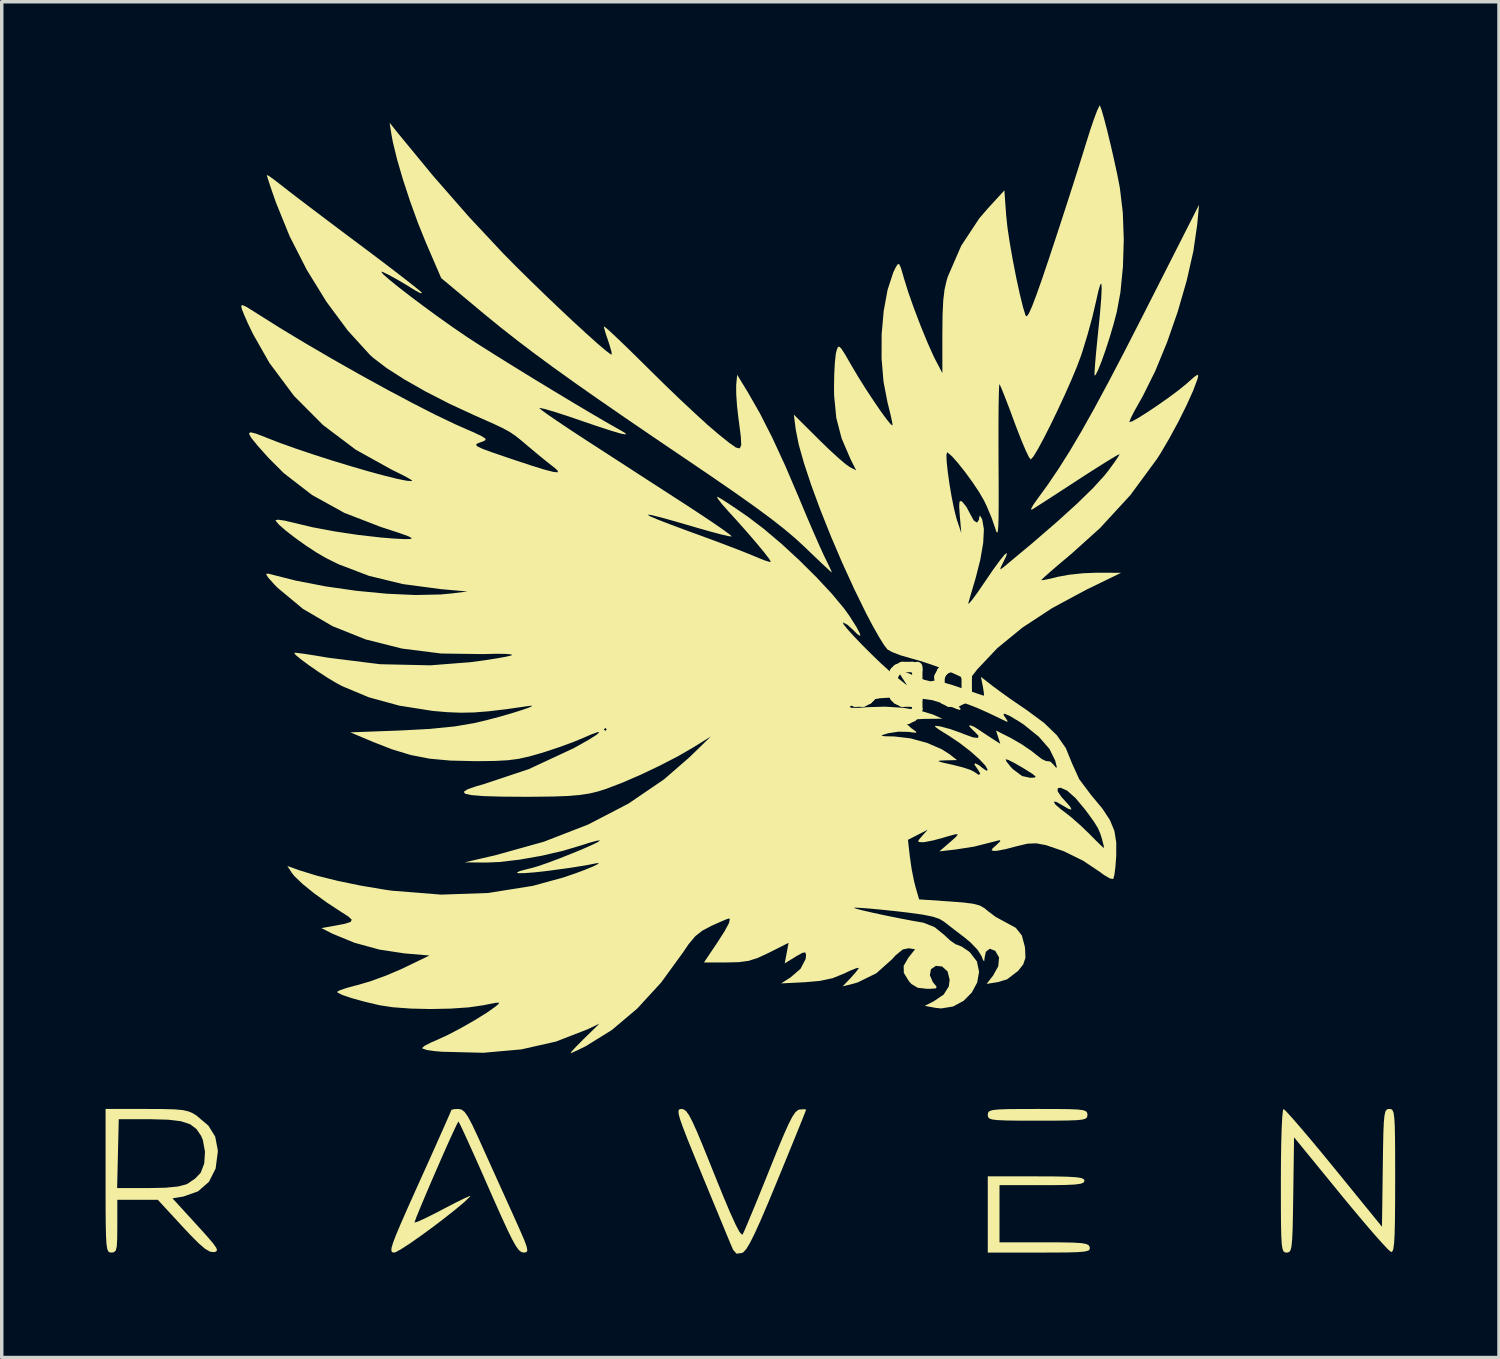
<source format=kicad_pcb>
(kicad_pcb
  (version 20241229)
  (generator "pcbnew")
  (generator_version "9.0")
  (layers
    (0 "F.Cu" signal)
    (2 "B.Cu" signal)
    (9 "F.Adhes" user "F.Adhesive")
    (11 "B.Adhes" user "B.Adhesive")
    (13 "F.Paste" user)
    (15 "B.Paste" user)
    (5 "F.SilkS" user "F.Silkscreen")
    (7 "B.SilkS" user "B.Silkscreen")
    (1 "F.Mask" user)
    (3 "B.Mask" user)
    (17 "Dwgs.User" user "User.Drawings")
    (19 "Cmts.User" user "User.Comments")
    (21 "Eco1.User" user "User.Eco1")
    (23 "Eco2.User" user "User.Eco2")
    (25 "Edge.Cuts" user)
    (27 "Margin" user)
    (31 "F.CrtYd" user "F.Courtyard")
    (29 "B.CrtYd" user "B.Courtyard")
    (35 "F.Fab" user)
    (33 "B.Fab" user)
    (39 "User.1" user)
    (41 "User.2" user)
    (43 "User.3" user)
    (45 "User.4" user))
  (footprint "Raven_Logo"
    (layer "F.Cu")
    (at 18.627 16.54)
    (property "Reference" "Raven_Logo" (at 0 0 0) (layer "F.SilkS") (effects (font (size 1.5 1.5) (thickness 0.3))))
    (attr board_only exclude_from_pos_files exclude_from_bom)
    (fp_poly (pts (xy 8.822 12.447) (xy 9.2 12.451) (xy 9.457 12.462) (xy 9.615 12.482) (xy 9.699 12.515) (xy 9.732 12.561) (xy 9.737 12.615) (xy 9.729 12.677) (xy 9.691 12.722) (xy 9.598 12.752) (xy 9.427 12.77) (xy 9.154 12.78) (xy 8.756 12.784) (xy 8.297 12.785) (xy 7.773 12.784) (xy 7.394 12.779) (xy 7.137 12.768) (xy 6.979 12.748) (xy 6.896 12.716) (xy 6.863 12.669) (xy 6.858 12.615) (xy 6.866 12.554) (xy 6.904 12.509) (xy 6.997 12.479) (xy 7.168 12.46) (xy 7.441 12.45) (xy 7.839 12.447) (xy 8.297 12.446)) (stroke (width 0) (type solid)) (fill yes) (layer "F.SilkS"))
    (fp_poly (pts (xy 8.779 14.395) (xy 9.157 14.403) (xy 9.411 14.418) (xy 9.563 14.442) (xy 9.635 14.478) (xy 9.652 14.52) (xy 9.629 14.571) (xy 9.543 14.606) (xy 9.37 14.629) (xy 9.087 14.642) (xy 8.67 14.647) (xy 8.424 14.647) (xy 7.197 14.647) (xy 7.197 15.473) (xy 7.197 16.298) (xy 8.487 16.298) (xy 8.983 16.3) (xy 9.335 16.307) (xy 9.568 16.322) (xy 9.707 16.348) (xy 9.778 16.388) (xy 9.805 16.444) (xy 9.805 16.447) (xy 9.804 16.5) (xy 9.761 16.539) (xy 9.654 16.565) (xy 9.461 16.582) (xy 9.158 16.591) (xy 8.724 16.594) (xy 8.346 16.595) (xy 6.858 16.595) (xy 6.858 15.494) (xy 6.858 14.393) (xy 8.255 14.393)) (stroke (width 0) (type solid)) (fill yes) (layer "F.SilkS"))
    (fp_poly (pts (xy -1.92 12.46) (xy -1.852 12.514) (xy -1.773 12.625) (xy -1.674 12.813) (xy -1.546 13.096) (xy -1.38 13.492) (xy -1.167 14.019) (xy -1.047 14.318) (xy -0.787 14.96) (xy -0.58 15.45) (xy -0.423 15.794) (xy -0.312 16.001) (xy -0.243 16.078) (xy -0.224 16.07) (xy -0.171 15.959) (xy -0.067 15.714) (xy 0.08 15.362) (xy 0.259 14.926) (xy 0.459 14.431) (xy 0.544 14.219) (xy 0.777 13.641) (xy 0.96 13.203) (xy 1.101 12.887) (xy 1.211 12.673) (xy 1.299 12.543) (xy 1.373 12.478) (xy 1.422 12.461) (xy 1.568 12.453) (xy 1.609 12.468) (xy 1.578 12.552) (xy 1.491 12.772) (xy 1.356 13.106) (xy 1.182 13.533) (xy 0.978 14.032) (xy 0.778 14.519) (xy 0.51 15.166) (xy 0.294 15.67) (xy 0.123 16.047) (xy -0.011 16.314) (xy -0.115 16.487) (xy -0.198 16.581) (xy -0.24 16.606) (xy -0.4 16.627) (xy -0.5 16.513) (xy -0.511 16.487) (xy -0.566 16.358) (xy -0.675 16.097) (xy -0.828 15.726) (xy -1.016 15.271) (xy -1.229 14.756) (xy -1.387 14.372) (xy -1.632 13.774) (xy -1.818 13.315) (xy -1.949 12.975) (xy -2.033 12.738) (xy -2.073 12.584) (xy -2.077 12.496) (xy -2.05 12.456) (xy -1.996 12.446) (xy -1.987 12.446)) (stroke (width 0) (type solid)) (fill yes) (layer "F.SilkS"))
    (fp_poly (pts (xy 18.511 12.452) (xy 18.551 12.483) (xy 18.581 12.559) (xy 18.601 12.7) (xy 18.615 12.925) (xy 18.622 13.254) (xy 18.626 13.707) (xy 18.627 14.303) (xy 18.627 14.527) (xy 18.625 15.186) (xy 18.62 15.694) (xy 18.611 16.068) (xy 18.596 16.326) (xy 18.575 16.486) (xy 18.546 16.564) (xy 18.51 16.58) (xy 18.426 16.509) (xy 18.252 16.324) (xy 18.003 16.044) (xy 17.696 15.686) (xy 17.346 15.268) (xy 17.049 14.908) (xy 15.706 13.264) (xy 15.683 14.929) (xy 15.674 15.499) (xy 15.665 15.922) (xy 15.651 16.219) (xy 15.632 16.413) (xy 15.605 16.526) (xy 15.566 16.579) (xy 15.514 16.594) (xy 15.492 16.595) (xy 15.44 16.589) (xy 15.4 16.557) (xy 15.371 16.481) (xy 15.35 16.34) (xy 15.337 16.114) (xy 15.329 15.785) (xy 15.326 15.331) (xy 15.325 14.734) (xy 15.325 14.52) (xy 15.328 13.932) (xy 15.336 13.412) (xy 15.349 12.983) (xy 15.366 12.667) (xy 15.386 12.483) (xy 15.401 12.446) (xy 15.472 12.509) (xy 15.635 12.687) (xy 15.874 12.962) (xy 16.175 13.316) (xy 16.522 13.733) (xy 16.861 14.147) (xy 18.246 15.848) (xy 18.269 14.147) (xy 18.277 13.57) (xy 18.286 13.141) (xy 18.299 12.837) (xy 18.318 12.638) (xy 18.344 12.521) (xy 18.382 12.465) (xy 18.432 12.447) (xy 18.459 12.446)) (stroke (width 0) (type solid)) (fill yes) (layer "F.SilkS"))
    (fp_poly (pts (xy -16.979 12.448) (xy -16.639 12.457) (xy -16.403 12.478) (xy -16.236 12.515) (xy -16.105 12.571) (xy -16.001 12.636) (xy -15.657 12.927) (xy -15.46 13.245) (xy -15.387 13.629) (xy -15.385 13.686) (xy -15.448 14.167) (xy -15.641 14.551) (xy -15.955 14.825) (xy -16.379 14.976) (xy -16.398 14.979) (xy -16.694 15.028) (xy -15.997 15.79) (xy -15.707 16.11) (xy -15.522 16.327) (xy -15.426 16.463) (xy -15.408 16.538) (xy -15.454 16.573) (xy -15.498 16.582) (xy -15.608 16.569) (xy -15.748 16.49) (xy -15.938 16.327) (xy -16.201 16.062) (xy -16.407 15.841) (xy -17.118 15.071) (xy -17.703 15.071) (xy -18.288 15.071) (xy -18.288 15.833) (xy -18.291 16.195) (xy -18.304 16.42) (xy -18.335 16.54) (xy -18.391 16.587) (xy -18.457 16.595) (xy -18.51 16.589) (xy -18.55 16.559) (xy -18.58 16.484) (xy -18.601 16.345) (xy -18.614 16.123) (xy -18.622 15.797) (xy -18.626 15.348) (xy -18.627 14.755) (xy -18.627 14.732) (xy -18.293 14.732) (xy -17.397 14.732) (xy -16.891 14.721) (xy -16.531 14.685) (xy -16.294 14.623) (xy -16.257 14.605) (xy -16.037 14.454) (xy -15.88 14.29) (xy -15.777 14.023) (xy -15.755 13.683) (xy -15.816 13.347) (xy -15.868 13.222) (xy -16.002 13.025) (xy -16.186 12.887) (xy -16.449 12.801) (xy -16.82 12.756) (xy -17.328 12.742) (xy -17.348 12.742) (xy -18.246 12.742) (xy -18.27 13.737) (xy -18.293 14.732) (xy -18.627 14.732) (xy -18.627 14.52) (xy -18.627 12.446) (xy -17.454 12.446)) (stroke (width 0) (type solid)) (fill yes) (layer "F.SilkS"))
    (fp_poly (pts (xy -8.343 12.464) (xy -8.254 12.533) (xy -8.154 12.678) (xy -8.025 12.924) (xy -7.852 13.294) (xy -7.786 13.441) (xy -7.566 13.929) (xy -7.31 14.496) (xy -7.051 15.069) (xy -6.849 15.515) (xy -6.658 15.942) (xy -6.53 16.238) (xy -6.461 16.428) (xy -6.443 16.535) (xy -6.47 16.583) (xy -6.535 16.594) (xy -6.551 16.595) (xy -6.618 16.579) (xy -6.69 16.521) (xy -6.776 16.402) (xy -6.886 16.205) (xy -7.029 15.912) (xy -7.215 15.506) (xy -7.454 14.97) (xy -7.577 14.69) (xy -7.807 14.166) (xy -8.016 13.699) (xy -8.192 13.31) (xy -8.326 13.019) (xy -8.41 12.847) (xy -8.434 12.808) (xy -8.484 12.9) (xy -8.586 13.115) (xy -8.726 13.423) (xy -8.891 13.794) (xy -9.068 14.2) (xy -9.246 14.61) (xy -9.41 14.996) (xy -9.549 15.328) (xy -9.65 15.576) (xy -9.699 15.711) (xy -9.701 15.727) (xy -9.617 15.704) (xy -9.416 15.614) (xy -9.129 15.472) (xy -8.834 15.318) (xy -8.512 15.151) (xy -8.263 15.029) (xy -8.114 14.964) (xy -8.086 14.966) (xy -8.262 15.134) (xy -8.525 15.355) (xy -8.844 15.607) (xy -9.19 15.87) (xy -9.534 16.121) (xy -9.846 16.339) (xy -10.097 16.501) (xy -10.257 16.587) (xy -10.289 16.595) (xy -10.343 16.586) (xy -10.371 16.549) (xy -10.368 16.467) (xy -10.326 16.321) (xy -10.241 16.096) (xy -10.105 15.774) (xy -9.914 15.338) (xy -9.66 14.771) (xy -9.559 14.547) (xy -9.313 14.002) (xy -9.092 13.509) (xy -8.905 13.089) (xy -8.761 12.763) (xy -8.668 12.551) (xy -8.636 12.473) (xy -8.564 12.452) (xy -8.435 12.446)) (stroke (width 0) (type solid)) (fill yes) (layer "F.SilkS"))
    (fp_poly (pts (xy -10.185 -15.748) (xy -9.164 -14.508) (xy -8.138 -13.335) (xy -7.144 -12.272) (xy -7.115 -12.243) (xy -6.748 -11.871) (xy -6.345 -11.474) (xy -5.926 -11.067) (xy -5.506 -10.667) (xy -5.106 -10.291) (xy -4.741 -9.956) (xy -4.431 -9.678) (xy -4.193 -9.474) (xy -4.045 -9.361) (xy -4.004 -9.345) (xy -4.014 -9.433) (xy -4.069 -9.625) (xy -4.105 -9.734) (xy -4.183 -9.966) (xy -4.228 -10.129) (xy -4.233 -10.162) (xy -4.177 -10.124) (xy -4.017 -9.982) (xy -3.773 -9.752) (xy -3.46 -9.449) (xy -3.095 -9.09) (xy -2.9 -8.897) (xy -2.464 -8.468) (xy -2.022 -8.043) (xy -1.603 -7.651) (xy -1.238 -7.318) (xy -0.955 -7.074) (xy -0.91 -7.037) (xy -0.614 -6.799) (xy -0.417 -6.661) (xy -0.306 -6.636) (xy -0.264 -6.736) (xy -0.276 -6.976) (xy -0.326 -7.367) (xy -0.345 -7.508) (xy -0.386 -7.871) (xy -0.409 -8.207) (xy -0.41 -8.45) (xy -0.409 -8.474) (xy -0.381 -8.763) (xy -0.071 -8.255) (xy 0.275 -7.65) (xy 0.632 -6.948) (xy 1.011 -6.127) (xy 1.422 -5.165) (xy 1.435 -5.132) (xy 1.63 -4.666) (xy 1.821 -4.222) (xy 1.99 -3.837) (xy 2.12 -3.551) (xy 2.164 -3.461) (xy 2.275 -3.235) (xy 2.342 -3.087) (xy 2.351 -3.051) (xy 2.285 -3.108) (xy 2.122 -3.26) (xy 1.884 -3.485) (xy 1.597 -3.76) (xy 1.565 -3.792) (xy 1.29 -4.044) (xy 0.97 -4.314) (xy 0.587 -4.614) (xy 0.123 -4.956) (xy -0.437 -5.353) (xy -1.112 -5.818) (xy -1.695 -6.214) (xy -2.721 -6.909) (xy -3.619 -7.522) (xy -4.406 -8.065) (xy -5.096 -8.549) (xy -5.704 -8.985) (xy -6.246 -9.384) (xy -6.737 -9.757) (xy -7.192 -10.114) (xy -7.626 -10.467) (xy -7.789 -10.602) (xy -8.932 -11.557) (xy -9.37 -12.573) (xy -9.603 -13.149) (xy -9.829 -13.773) (xy -10.035 -14.399) (xy -10.206 -14.985) (xy -10.328 -15.485) (xy -10.369 -15.706) (xy -10.422 -16.044)) (stroke (width 0) (type solid)) (fill yes) (layer "F.SilkS"))
    (fp_poly (pts (xy 10.147 -16.411) (xy 10.221 -16.153) (xy 10.312 -15.802) (xy 10.41 -15.397) (xy 10.507 -14.973) (xy 10.595 -14.567) (xy 10.664 -14.216) (xy 10.677 -14.139) (xy 10.759 -13.446) (xy 10.787 -12.673) (xy 10.763 -11.883) (xy 10.689 -11.139) (xy 10.586 -10.583) (xy 10.492 -10.226) (xy 10.38 -9.846) (xy 10.261 -9.477) (xy 10.145 -9.151) (xy 10.045 -8.901) (xy 9.972 -8.758) (xy 9.943 -8.74) (xy 9.942 -8.829) (xy 9.957 -9.055) (xy 9.985 -9.386) (xy 10.025 -9.791) (xy 10.037 -9.908) (xy 10.098 -10.514) (xy 10.135 -10.965) (xy 10.149 -11.259) (xy 10.139 -11.394) (xy 10.107 -11.367) (xy 10.051 -11.176) (xy 9.986 -10.884) (xy 9.882 -10.441) (xy 9.743 -9.931) (xy 9.595 -9.446) (xy 9.553 -9.318) (xy 9.434 -9) (xy 9.273 -8.613) (xy 9.083 -8.185) (xy 8.879 -7.745) (xy 8.673 -7.319) (xy 8.479 -6.936) (xy 8.31 -6.622) (xy 8.18 -6.407) (xy 8.102 -6.318) (xy 8.099 -6.317) (xy 8.045 -6.389) (xy 7.948 -6.591) (xy 7.82 -6.895) (xy 7.673 -7.273) (xy 7.633 -7.38) (xy 7.486 -7.777) (xy 7.356 -8.114) (xy 7.258 -8.361) (xy 7.202 -8.486) (xy 7.197 -8.495) (xy 7.186 -8.425) (xy 7.178 -8.208) (xy 7.171 -7.863) (xy 7.168 -7.413) (xy 7.167 -6.878) (xy 7.169 -6.28) (xy 7.169 -6.237) (xy 7.173 -5.557) (xy 7.173 -5.032) (xy 7.17 -4.648) (xy 7.162 -4.391) (xy 7.149 -4.246) (xy 7.129 -4.199) (xy 7.103 -4.235) (xy 7.077 -4.318) (xy 6.972 -4.624) (xy 6.826 -4.97) (xy 6.751 -5.128) (xy 6.61 -5.371) (xy 6.421 -5.655) (xy 6.209 -5.946) (xy 6.001 -6.208) (xy 5.824 -6.409) (xy 5.704 -6.512) (xy 5.682 -6.519) (xy 5.663 -6.443) (xy 5.672 -6.238) (xy 5.704 -5.944) (xy 5.753 -5.598) (xy 5.814 -5.239) (xy 5.881 -4.904) (xy 5.949 -4.631) (xy 5.972 -4.555) (xy 6.094 -4.191) (xy 6.05 -4.69) (xy 6.032 -4.963) (xy 6.041 -5.097) (xy 6.083 -5.119) (xy 6.127 -5.089) (xy 6.245 -4.942) (xy 6.351 -4.739) (xy 6.457 -4.549) (xy 6.549 -4.493) (xy 6.604 -4.578) (xy 6.609 -4.636) (xy 6.63 -4.7) (xy 6.686 -4.606) (xy 6.7 -4.572) (xy 6.746 -4.302) (xy 6.726 -3.909) (xy 6.643 -3.422) (xy 6.509 -2.895) (xy 6.417 -2.583) (xy 6.339 -2.317) (xy 6.293 -2.159) (xy 6.316 -2.156) (xy 6.415 -2.273) (xy 6.574 -2.491) (xy 6.764 -2.768) (xy 7.016 -3.138) (xy 7.214 -3.408) (xy 7.348 -3.571) (xy 7.411 -3.616) (xy 7.395 -3.536) (xy 7.319 -3.375) (xy 7.23 -3.194) (xy 7.221 -3.14) (xy 7.294 -3.19) (xy 7.333 -3.222) (xy 8.173 -3.923) (xy 8.878 -4.533) (xy 9.452 -5.054) (xy 9.9 -5.492) (xy 10.226 -5.85) (xy 10.33 -5.98) (xy 10.502 -6.213) (xy 10.623 -6.39) (xy 10.668 -6.471) (xy 10.601 -6.441) (xy 10.416 -6.332) (xy 10.135 -6.158) (xy 9.782 -5.934) (xy 9.461 -5.726) (xy 9.054 -5.461) (xy 8.691 -5.225) (xy 8.396 -5.035) (xy 8.198 -4.908) (xy 8.129 -4.865) (xy 8.106 -4.883) (xy 8.173 -5.007) (xy 8.287 -5.168) (xy 8.598 -5.596) (xy 8.908 -6.055) (xy 9.228 -6.562) (xy 9.567 -7.135) (xy 9.936 -7.793) (xy 10.344 -8.551) (xy 10.803 -9.428) (xy 11.321 -10.441) (xy 11.328 -10.454) (xy 12.961 -13.674) (xy 12.908 -13.099) (xy 12.798 -12.337) (xy 12.605 -11.485) (xy 12.347 -10.591) (xy 12.038 -9.703) (xy 11.695 -8.869) (xy 11.332 -8.138) (xy 11.248 -7.99) (xy 11.096 -7.72) (xy 10.99 -7.511) (xy 10.948 -7.402) (xy 10.95 -7.395) (xy 11.034 -7.42) (xy 11.221 -7.526) (xy 11.479 -7.689) (xy 11.777 -7.889) (xy 12.081 -8.103) (xy 12.359 -8.31) (xy 12.58 -8.488) (xy 12.62 -8.523) (xy 12.818 -8.698) (xy 12.917 -8.765) (xy 12.939 -8.734) (xy 12.915 -8.636) (xy 12.792 -8.307) (xy 12.601 -7.883) (xy 12.364 -7.407) (xy 12.104 -6.928) (xy 11.846 -6.489) (xy 11.744 -6.33) (xy 10.978 -5.288) (xy 10.1 -4.334) (xy 9.276 -3.593) (xy 8.954 -3.322) (xy 8.686 -3.092) (xy 8.496 -2.924) (xy 8.407 -2.836) (xy 8.404 -2.829) (xy 8.49 -2.837) (xy 8.69 -2.879) (xy 8.887 -2.928) (xy 9.209 -2.987) (xy 9.614 -3.03) (xy 10.017 -3.046) (xy 10.03 -3.045) (xy 10.71 -3.043) (xy 9.694 -2.549) (xy 8.717 -2.023) (xy 7.858 -1.459) (xy 7.134 -0.867) (xy 6.561 -0.261) (xy 6.514 -0.201) (xy 6.308 0.064) (xy 5.763 -0.183) (xy 5.377 -0.339) (xy 4.946 -0.485) (xy 4.663 -0.565) (xy 4.354 -0.654) (xy 4.098 -0.751) (xy 3.959 -0.829) (xy 3.864 -0.952) (xy 3.715 -1.192) (xy 3.533 -1.513) (xy 3.353 -1.854) (xy 2.998 -2.578) (xy 2.651 -3.338) (xy 2.322 -4.108) (xy 2.022 -4.86) (xy 1.761 -5.569) (xy 1.549 -6.208) (xy 1.396 -6.75) (xy 1.313 -7.17) (xy 1.312 -7.172) (xy 1.255 -7.613) (xy 1.961 -6.91) (xy 2.258 -6.621) (xy 2.53 -6.371) (xy 2.745 -6.187) (xy 2.862 -6.103) (xy 3.057 -6.001) (xy 2.895 -6.323) (xy 2.635 -6.928) (xy 2.482 -7.518) (xy 2.419 -8.168) (xy 2.416 -8.382) (xy 2.422 -8.765) (xy 2.44 -9.109) (xy 2.467 -9.363) (xy 2.482 -9.434) (xy 2.518 -9.545) (xy 2.559 -9.581) (xy 2.624 -9.524) (xy 2.732 -9.358) (xy 2.902 -9.064) (xy 2.928 -9.018) (xy 3.117 -8.7) (xy 3.331 -8.359) (xy 3.552 -8.023) (xy 3.759 -7.72) (xy 3.934 -7.48) (xy 4.057 -7.331) (xy 4.106 -7.297) (xy 4.098 -7.385) (xy 4.053 -7.595) (xy 3.982 -7.886) (xy 3.963 -7.959) (xy 3.846 -8.565) (xy 3.79 -9.237) (xy 3.792 -9.93) (xy 3.851 -10.604) (xy 3.963 -11.214) (xy 4.127 -11.718) (xy 4.188 -11.846) (xy 4.25 -11.951) (xy 4.297 -11.961) (xy 4.347 -11.856) (xy 4.419 -11.613) (xy 4.436 -11.552) (xy 4.559 -11.156) (xy 4.728 -10.677) (xy 4.921 -10.171) (xy 5.117 -9.693) (xy 5.294 -9.298) (xy 5.359 -9.169) (xy 5.546 -8.813) (xy 5.546 -9.973) (xy 5.552 -10.507) (xy 5.572 -10.912) (xy 5.609 -11.225) (xy 5.669 -11.486) (xy 5.704 -11.599) (xy 6.092 -12.493) (xy 6.613 -13.282) (xy 6.858 -13.567) (xy 7.338 -14.09) (xy 7.39 -13.364) (xy 7.427 -13.016) (xy 7.494 -12.57) (xy 7.582 -12.071) (xy 7.681 -11.564) (xy 7.783 -11.094) (xy 7.879 -10.707) (xy 7.952 -10.471) (xy 7.987 -10.453) (xy 8.047 -10.538) (xy 8.136 -10.736) (xy 8.259 -11.059) (xy 8.422 -11.519) (xy 8.628 -12.128) (xy 8.664 -12.238) (xy 8.874 -12.873) (xy 9.091 -13.539) (xy 9.301 -14.191) (xy 9.49 -14.785) (xy 9.643 -15.277) (xy 9.681 -15.4) (xy 9.812 -15.817) (xy 9.929 -16.161) (xy 10.023 -16.409) (xy 10.083 -16.533) (xy 10.099 -16.54)) (stroke (width 0) (type solid)) (fill yes) (layer "F.SilkS"))
    (fp_poly (pts (xy -13.91 -14.508) (xy -13.754 -14.397) (xy -13.533 -14.225) (xy -13.525 -14.219) (xy -13.335 -14.07) (xy -13.033 -13.838) (xy -12.643 -13.542) (xy -12.189 -13.199) (xy -11.695 -12.828) (xy -11.282 -12.519) (xy -10.803 -12.16) (xy -10.372 -11.833) (xy -10.007 -11.552) (xy -9.725 -11.331) (xy -9.544 -11.184) (xy -9.483 -11.124) (xy -9.543 -11.125) (xy -9.673 -11.195) (xy -9.948 -11.365) (xy -10.222 -11.526) (xy -10.457 -11.654) (xy -10.618 -11.732) (xy -10.668 -11.742) (xy -10.603 -11.662) (xy -10.422 -11.504) (xy -10.149 -11.283) (xy -9.807 -11.019) (xy -9.42 -10.729) (xy -9.011 -10.43) (xy -8.604 -10.141) (xy -8.221 -9.879) (xy -8.17 -9.845) (xy -7.824 -9.62) (xy -7.376 -9.337) (xy -6.855 -9.013) (xy -6.291 -8.666) (xy -5.713 -8.315) (xy -5.151 -7.976) (xy -4.634 -7.669) (xy -4.192 -7.41) (xy -3.853 -7.217) (xy -3.768 -7.17) (xy -3.608 -7.075) (xy -3.597 -7.039) (xy -3.736 -7.063) (xy -4.028 -7.149) (xy -4.475 -7.295) (xy -4.904 -7.442) (xy -5.319 -7.583) (xy -5.671 -7.697) (xy -5.933 -7.773) (xy -6.077 -7.805) (xy -6.096 -7.802) (xy -6.028 -7.741) (xy -5.839 -7.604) (xy -5.55 -7.406) (xy -5.182 -7.16) (xy -4.758 -6.882) (xy -4.677 -6.83) (xy -4.11 -6.463) (xy -3.468 -6.047) (xy -2.81 -5.621) (xy -2.198 -5.225) (xy -1.88 -5.02) (xy -1.457 -4.743) (xy -1.09 -4.498) (xy -0.8 -4.298) (xy -0.609 -4.159) (xy -0.536 -4.094) (xy -0.537 -4.092) (xy -0.626 -4.101) (xy -0.847 -4.152) (xy -1.166 -4.237) (xy -1.552 -4.347) (xy -1.62 -4.367) (xy -2.198 -4.535) (xy -2.616 -4.651) (xy -2.873 -4.713) (xy -2.969 -4.723) (xy -2.905 -4.679) (xy -2.68 -4.582) (xy -2.294 -4.433) (xy -1.748 -4.23) (xy -1.524 -4.149) (xy -1.055 -3.977) (xy -0.605 -3.807) (xy -0.214 -3.656) (xy 0.075 -3.539) (xy 0.148 -3.508) (xy 0.386 -3.41) (xy 0.548 -3.359) (xy 0.593 -3.361) (xy 0.539 -3.451) (xy 0.394 -3.639) (xy 0.179 -3.899) (xy -0.084 -4.205) (xy -0.371 -4.529) (xy -0.634 -4.817) (xy -0.823 -5.03) (xy -0.939 -5.181) (xy -0.963 -5.242) (xy -0.954 -5.241) (xy -0.846 -5.181) (xy -0.633 -5.044) (xy -0.346 -4.851) (xy -0.065 -4.657) (xy 0.396 -4.306) (xy 0.901 -3.878) (xy 1.415 -3.404) (xy 1.908 -2.915) (xy 2.348 -2.443) (xy 2.703 -2.018) (xy 2.868 -1.788) (xy 3.064 -1.477) (xy 3.166 -1.285) (xy 3.173 -1.217) (xy 3.082 -1.278) (xy 2.963 -1.397) (xy 2.804 -1.541) (xy 2.683 -1.608) (xy 2.676 -1.609) (xy 2.692 -1.555) (xy 2.808 -1.41) (xy 2.999 -1.2) (xy 3.24 -0.948) (xy 3.508 -0.681) (xy 3.778 -0.422) (xy 4.026 -0.196) (xy 4.191 -0.057) (xy 4.53 0.212) (xy 4.38 -0.021) (xy 4.292 -0.163) (xy 4.277 -0.231) (xy 4.356 -0.225) (xy 4.551 -0.148) (xy 4.776 -0.049) (xy 5.025 0.048) (xy 5.203 0.092) (xy 5.266 0.081) (xy 5.351 0.074) (xy 5.558 0.118) (xy 5.849 0.204) (xy 6.007 0.257) (xy 6.326 0.368) (xy 6.578 0.454) (xy 6.724 0.502) (xy 6.746 0.508) (xy 6.747 0.435) (xy 6.719 0.259) (xy 6.715 0.236) (xy 6.66 -0.037) (xy 6.992 0.222) (xy 7.219 0.391) (xy 7.53 0.613) (xy 7.87 0.846) (xy 7.971 0.914) (xy 8.482 1.291) (xy 8.854 1.65) (xy 9.112 2.02) (xy 9.279 2.43) (xy 9.281 2.437) (xy 9.497 2.915) (xy 9.836 3.368) (xy 10.168 3.768) (xy 10.388 4.102) (xy 10.516 4.414) (xy 10.57 4.748) (xy 10.569 5.13) (xy 10.547 5.438) (xy 10.517 5.677) (xy 10.485 5.799) (xy 10.482 5.802) (xy 10.389 5.788) (xy 10.217 5.687) (xy 10.102 5.602) (xy 9.613 5.275) (xy 9.051 4.999) (xy 8.538 4.824) (xy 8.256 4.772) (xy 8.001 4.783) (xy 7.683 4.859) (xy 7.678 4.86) (xy 7.393 4.935) (xy 7.156 4.983) (xy 7.057 4.993) (xy 6.968 4.978) (xy 7 4.915) (xy 7.112 4.816) (xy 7.223 4.708) (xy 7.203 4.681) (xy 7.181 4.686) (xy 6.46 4.868) (xy 5.927 4.951) (xy 5.461 5.004) (xy 5.757 4.748) (xy 5.934 4.592) (xy 5.994 4.516) (xy 5.925 4.51) (xy 5.714 4.567) (xy 5.553 4.615) (xy 5.278 4.689) (xy 5.046 4.734) (xy 4.969 4.741) (xy 4.856 4.733) (xy 4.859 4.681) (xy 4.961 4.56) (xy 5.122 4.38) (xy 4.837 4.525) (xy 4.552 4.671) (xy 4.608 5.165) (xy 4.659 5.517) (xy 4.729 5.868) (xy 4.769 6.026) (xy 4.875 6.392) (xy 5.751 6.451) (xy 6.158 6.482) (xy 6.436 6.518) (xy 6.622 6.567) (xy 6.756 6.641) (xy 6.848 6.718) (xy 7.088 6.899) (xy 7.359 7.046) (xy 7.366 7.049) (xy 7.667 7.213) (xy 7.842 7.432) (xy 7.928 7.755) (xy 7.936 7.82) (xy 7.946 8.081) (xy 7.882 8.27) (xy 7.735 8.457) (xy 7.417 8.701) (xy 7.158 8.78) (xy 6.824 8.833) (xy 7.01 8.596) (xy 7.162 8.321) (xy 7.184 8.068) (xy 7.073 7.877) (xy 6.915 7.817) (xy 6.803 7.906) (xy 6.767 8.069) (xy 6.755 8.181) (xy 6.723 8.147) (xy 6.676 8.026) (xy 6.563 7.848) (xy 6.359 7.635) (xy 6.196 7.499) (xy 5.936 7.301) (xy 5.697 7.116) (xy 5.588 7.031) (xy 5.458 6.954) (xy 5.262 6.889) (xy 4.972 6.831) (xy 4.559 6.774) (xy 4.199 6.732) (xy 3.772 6.688) (xy 3.41 6.654) (xy 3.143 6.635) (xy 3.003 6.631) (xy 2.99 6.634) (xy 3.055 6.661) (xy 3.251 6.712) (xy 3.543 6.779) (xy 3.896 6.855) (xy 4.276 6.932) (xy 4.646 7.003) (xy 4.971 7.06) (xy 5.001 7.065) (xy 5.32 7.192) (xy 5.589 7.409) (xy 5.777 7.583) (xy 5.931 7.689) (xy 5.979 7.705) (xy 6.106 7.756) (xy 6.292 7.882) (xy 6.344 7.924) (xy 6.544 8.184) (xy 6.607 8.484) (xy 6.552 8.793) (xy 6.397 9.082) (xy 6.159 9.323) (xy 5.857 9.486) (xy 5.509 9.542) (xy 5.347 9.525) (xy 5.038 9.467) (xy 5.292 9.339) (xy 5.585 9.141) (xy 5.731 8.907) (xy 5.757 8.715) (xy 5.697 8.473) (xy 5.539 8.33) (xy 5.36 8.312) (xy 5.217 8.408) (xy 5.185 8.582) (xy 5.271 8.78) (xy 5.297 8.812) (xy 5.38 8.915) (xy 5.36 8.962) (xy 5.209 8.974) (xy 5.099 8.975) (xy 4.834 8.945) (xy 4.652 8.836) (xy 4.578 8.752) (xy 4.433 8.515) (xy 4.428 8.311) (xy 4.563 8.079) (xy 4.58 8.057) (xy 4.758 7.832) (xy 4.573 7.804) (xy 4.404 7.838) (xy 4.201 8.002) (xy 4.09 8.124) (xy 3.639 8.526) (xy 3.1 8.791) (xy 2.921 8.842) (xy 2.667 8.903) (xy 2.9 8.659) (xy 3.047 8.494) (xy 3.128 8.384) (xy 3.133 8.369) (xy 3.065 8.378) (xy 2.888 8.449) (xy 2.702 8.536) (xy 2.373 8.669) (xy 2.007 8.747) (xy 1.58 8.784) (xy 0.889 8.819) (xy 1.159 8.647) (xy 1.449 8.397) (xy 1.595 8.117) (xy 1.609 8) (xy 1.589 7.924) (xy 1.508 7.934) (xy 1.327 8.034) (xy 1.3 8.051) (xy 0.992 8.241) (xy 1.048 7.944) (xy 1.103 7.647) (xy 0.541 7.93) (xy 0.218 8.081) (xy -0.049 8.167) (xy -0.335 8.205) (xy -0.68 8.213) (xy -1.34 8.213) (xy -0.966 7.656) (xy -0.741 7.305) (xy -0.618 7.076) (xy -0.593 6.961) (xy -0.625 6.943) (xy -0.713 6.975) (xy -0.908 7.059) (xy -1.122 7.155) (xy -1.388 7.295) (xy -1.592 7.456) (xy -1.786 7.688) (xy -1.953 7.934) (xy -2.58 8.796) (xy -3.268 9.545) (xy -3.999 10.163) (xy -4.752 10.631) (xy -4.76 10.635) (xy -4.991 10.748) (xy -5.153 10.822) (xy -5.198 10.837) (xy -5.162 10.784) (xy -5.03 10.642) (xy -4.831 10.44) (xy -4.799 10.409) (xy -4.36 9.98) (xy -4.699 10.143) (xy -5.615 10.499) (xy -6.617 10.725) (xy -7.714 10.823) (xy -8.913 10.793) (xy -9.123 10.775) (xy -9.343 10.743) (xy -9.47 10.701) (xy -9.482 10.684) (xy -9.411 10.622) (xy -9.227 10.527) (xy -9.08 10.464) (xy -8.76 10.318) (xy -8.37 10.114) (xy -7.968 9.885) (xy -7.612 9.664) (xy -7.375 9.497) (xy -7.274 9.413) (xy -7.259 9.375) (xy -7.354 9.379) (xy -7.582 9.423) (xy -7.714 9.45) (xy -8.134 9.511) (xy -8.661 9.547) (xy -9.239 9.559) (xy -9.813 9.546) (xy -10.328 9.508) (xy -10.71 9.45) (xy -11.154 9.345) (xy -11.522 9.243) (xy -11.788 9.153) (xy -11.925 9.083) (xy -11.938 9.062) (xy -11.862 9.018) (xy -11.662 8.95) (xy -11.378 8.873) (xy -11.332 8.862) (xy -10.966 8.754) (xy -10.531 8.595) (xy -10.105 8.415) (xy -9.999 8.365) (xy -9.271 8.013) (xy -9.991 7.952) (xy -10.716 7.842) (xy -11.436 7.645) (xy -12.074 7.383) (xy -12.096 7.372) (xy -12.39 7.221) (xy -12.058 7.162) (xy -11.725 7.099) (xy -11.548 7.044) (xy -11.516 6.978) (xy -11.618 6.883) (xy -11.82 6.754) (xy -12.23 6.486) (xy -12.615 6.207) (xy -12.94 5.942) (xy -13.171 5.721) (xy -13.244 5.629) (xy -13.376 5.427) (xy -13.017 5.555) (xy -12.527 5.706) (xy -11.92 5.857) (xy -11.248 5.996) (xy -10.562 6.111) (xy -10.341 6.142) (xy -8.932 6.254) (xy -7.581 6.207) (xy -6.287 6.001) (xy -5.412 5.762) (xy -5.078 5.648) (xy -4.786 5.54) (xy -4.556 5.446) (xy -4.413 5.376) (xy -4.377 5.341) (xy -4.471 5.351) (xy -4.53 5.364) (xy -4.697 5.397) (xy -4.972 5.443) (xy -5.292 5.492) (xy -5.805 5.562) (xy -6.219 5.609) (xy -6.521 5.633) (xy -6.701 5.635) (xy -6.748 5.614) (xy -6.651 5.571) (xy -6.399 5.505) (xy -6.343 5.492) (xy -6.142 5.435) (xy -5.859 5.337) (xy -5.526 5.213) (xy -5.18 5.076) (xy -4.854 4.942) (xy -4.583 4.823) (xy -4.401 4.734) (xy -4.344 4.688) (xy -4.344 4.687) (xy -4.433 4.696) (xy -4.636 4.751) (xy -4.876 4.828) (xy -5.423 4.991) (xy -6.038 5.133) (xy -6.663 5.243) (xy -7.239 5.311) (xy -7.633 5.328) (xy -8.255 5.322) (xy -7.369 5.117) (xy -5.967 4.726) (xy -4.684 4.228) (xy -3.524 3.626) (xy -3.443 3.571) (xy 8.765 3.571) (xy 8.81 3.649) (xy 8.965 3.785) (xy 9.037 3.837) (xy 9.267 4.017) (xy 9.547 4.263) (xy 9.776 4.484) (xy 9.985 4.694) (xy 10.141 4.846) (xy 10.213 4.91) (xy 10.214 4.911) (xy 10.207 4.84) (xy 10.163 4.669) (xy 10.161 4.659) (xy 10.104 4.48) (xy 10.038 4.329) (xy 9.934 4.16) (xy 9.766 3.925) (xy 9.661 3.786) (xy 9.39 3.462) (xy 9.151 3.25) (xy 8.962 3.165) (xy 8.88 3.181) (xy 8.877 3.271) (xy 8.991 3.438) (xy 9.069 3.523) (xy 9.238 3.713) (xy 9.277 3.799) (xy 9.188 3.777) (xy 9.011 3.672) (xy 8.83 3.572) (xy 8.765 3.571) (xy -3.443 3.571) (xy -2.494 2.924) (xy -1.761 2.287) (xy -1.143 1.686) (xy -1.646 1.999) (xy -2.092 2.257) (xy -2.616 2.528) (xy -3.169 2.791) (xy -3.703 3.022) (xy -4.171 3.201) (xy -4.403 3.274) (xy -4.651 3.333) (xy -4.928 3.376) (xy -5.267 3.404) (xy -5.699 3.42) (xy -6.255 3.427) (xy -6.519 3.428) (xy -7.193 3.423) (xy -7.702 3.408) (xy -8.05 3.38) (xy -8.241 3.339) (xy -8.279 3.283) (xy -8.168 3.211) (xy -7.912 3.122) (xy -7.701 3.062) (xy -6.402 2.629) (xy -5.118 2.031) (xy -5.02 1.978) (xy -4.671 1.781) (xy -4.451 1.642) (xy -4.362 1.566) (xy -4.409 1.559) (xy -4.596 1.626) (xy -4.834 1.73) (xy -5.132 1.852) (xy -5.523 1.995) (xy -5.934 2.131) (xy -6.054 2.168) (xy -6.399 2.266) (xy -6.699 2.332) (xy -7.005 2.372) (xy -7.369 2.392) (xy -7.839 2.398) (xy -7.959 2.398) (xy -8.667 2.382) (xy -9.265 2.327) (xy -9.807 2.222) (xy -10.349 2.058) (xy -10.899 1.843) (xy -11.557 1.566) (xy -10.118 1.513) (xy -9.536 1.482) (xy -4.233 1.482) (xy -4.191 1.524) (xy -4.149 1.482) (xy -4.191 1.439) (xy -4.233 1.482) (xy -9.536 1.482) (xy -9.258 1.467) (xy -8.549 1.396) (xy -7.976 1.299) (xy -7.916 1.286) (xy -7.585 1.205) (xy -7.244 1.115) (xy -6.92 1.022) (xy -6.64 0.935) (xy -6.429 0.863) (xy -6.338 0.824) (xy 2.868 0.824) (xy 2.912 0.857) (xy 3.121 0.859) (xy 3.373 0.84) (xy 3.884 0.824) (xy 4.41 0.857) (xy 4.891 0.935) (xy 5.266 1.049) (xy 5.27 1.051) (xy 5.546 1.172) (xy 5.016 1.178) (xy 4.692 1.195) (xy 4.527 1.241) (xy 4.514 1.321) (xy 4.645 1.443) (xy 4.678 1.466) (xy 4.794 1.552) (xy 4.782 1.578) (xy 4.625 1.561) (xy 4.571 1.553) (xy 4.273 1.547) (xy 3.979 1.593) (xy 3.823 1.641) (xy 3.789 1.667) (xy 3.893 1.679) (xy 4.151 1.685) (xy 4.167 1.686) (xy 4.622 1.739) (xy 5.099 1.869) (xy 5.527 2.053) (xy 5.757 2.2) (xy 5.969 2.367) (xy 5.63 2.376) (xy 5.466 2.383) (xy 5.428 2.399) (xy 5.528 2.432) (xy 5.779 2.49) (xy 5.835 2.502) (xy 6.129 2.576) (xy 6.358 2.651) (xy 6.466 2.707) (xy 6.597 2.796) (xy 6.642 2.76) (xy 6.566 2.63) (xy 6.562 2.625) (xy 6.471 2.495) (xy 6.498 2.46) (xy 6.618 2.525) (xy 6.703 2.595) (xy 6.818 2.673) (xy 6.858 2.655) (xy 6.792 2.531) (xy 6.616 2.343) (xy 6.615 2.342) (xy 7.372 2.342) (xy 7.402 2.415) (xy 7.52 2.562) (xy 7.579 2.626) (xy 7.848 2.828) (xy 8.08 2.878) (xy 8.211 2.873) (xy 8.241 2.844) (xy 8.158 2.773) (xy 7.947 2.639) (xy 7.874 2.594) (xy 7.63 2.453) (xy 7.449 2.362) (xy 7.372 2.342) (xy 6.615 2.342) (xy 6.362 2.118) (xy 6.062 1.885) (xy 5.747 1.672) (xy 5.715 1.652) (xy 5.46 1.494) (xy 5.34 1.407) (xy 5.341 1.377) (xy 5.453 1.39) (xy 5.503 1.399) (xy 5.771 1.471) (xy 6.08 1.58) (xy 6.173 1.618) (xy 6.434 1.713) (xy 6.577 1.727) (xy 6.59 1.664) (xy 6.461 1.529) (xy 6.446 1.517) (xy 6.326 1.397) (xy 6.339 1.357) (xy 6.462 1.405) (xy 6.564 1.469) (xy 6.756 1.597) (xy 6.975 1.74) (xy 7.219 1.897) (xy 7.158 1.705) (xy 7.097 1.514) (xy 7.525 1.73) (xy 7.83 1.906) (xy 8.124 2.106) (xy 8.24 2.199) (xy 8.422 2.339) (xy 8.553 2.401) (xy 8.582 2.396) (xy 8.667 2.411) (xy 8.761 2.504) (xy 8.838 2.595) (xy 8.851 2.564) (xy 8.808 2.392) (xy 8.804 2.376) (xy 8.639 2.044) (xy 8.334 1.694) (xy 7.914 1.354) (xy 7.782 1.265) (xy 7.497 1.094) (xy 7.339 1.025) (xy 7.31 1.06) (xy 7.377 1.157) (xy 7.435 1.251) (xy 7.408 1.259) (xy 7.291 1.203) (xy 7.073 1.099) (xy 6.858 0.996) (xy 6.559 0.863) (xy 6.281 0.755) (xy 6.138 0.711) (xy 5.971 0.678) (xy 5.941 0.707) (xy 6.001 0.79) (xy 6.072 0.888) (xy 6.061 0.92) (xy 5.945 0.887) (xy 5.703 0.784) (xy 5.62 0.747) (xy 5.253 0.636) (xy 4.781 0.57) (xy 4.261 0.551) (xy 3.752 0.58) (xy 3.311 0.659) (xy 3.279 0.668) (xy 2.99 0.761) (xy 2.868 0.824) (xy -6.338 0.824) (xy -6.313 0.814) (xy -6.319 0.795) (xy -6.392 0.803) (xy -7.033 0.895) (xy -7.548 0.957) (xy -7.979 0.991) (xy -8.365 0.999) (xy -8.748 0.984) (xy -9.169 0.948) (xy -9.185 0.946) (xy -10.141 0.795) (xy -11.022 0.554) (xy -11.791 0.232) (xy -11.938 0.154) (xy -12.198 -0.000199) (xy -12.481 -0.184) (xy -12.754 -0.373) (xy -12.984 -0.544) (xy -13.138 -0.672) (xy -13.18 -0.733) (xy -13.093 -0.729) (xy -12.873 -0.7) (xy -12.554 -0.65) (xy -12.205 -0.591) (xy -10.697 -0.402) (xy -9.243 -0.37) (xy -8.095 -0.46) (xy -7.675 -0.516) (xy -7.311 -0.573) (xy -7.038 -0.623) (xy -6.892 -0.66) (xy -6.885 -0.664) (xy -6.915 -0.687) (xy -7.086 -0.701) (xy -7.37 -0.703) (xy -7.727 -0.694) (xy -8.932 -0.711) (xy -10.065 -0.854) (xy -11.116 -1.119) (xy -12.073 -1.502) (xy -12.923 -1.999) (xy -13.654 -2.606) (xy -13.758 -2.712) (xy -13.936 -2.912) (xy -13.992 -3.01) (xy -13.929 -3.018) (xy -13.928 -3.018) (xy -13.133 -2.817) (xy -12.269 -2.65) (xy -11.377 -2.522) (xy -10.498 -2.438) (xy -9.675 -2.401) (xy -8.948 -2.417) (xy -8.636 -2.446) (xy -8.17 -2.503) (xy -8.932 -2.57) (xy -10.035 -2.716) (xy -11.016 -2.954) (xy -11.899 -3.29) (xy -12.259 -3.469) (xy -12.54 -3.633) (xy -12.849 -3.836) (xy -13.154 -4.054) (xy -13.422 -4.262) (xy -13.619 -4.434) (xy -13.713 -4.547) (xy -13.716 -4.562) (xy -13.642 -4.577) (xy -13.448 -4.549) (xy -13.174 -4.484) (xy -13.164 -4.481) (xy -12.641 -4.357) (xy -12.01 -4.239) (xy -11.333 -4.137) (xy -10.672 -4.062) (xy -10.287 -4.031) (xy -9.989 -4.016) (xy -9.818 -4.019) (xy -9.781 -4.045) (xy -9.883 -4.1) (xy -10.133 -4.19) (xy -10.536 -4.322) (xy -10.668 -4.364) (xy -11.729 -4.774) (xy -12.663 -5.291) (xy -13.477 -5.92) (xy -13.926 -6.369) (xy -14.229 -6.708) (xy -14.415 -6.936) (xy -14.486 -7.063) (xy -14.441 -7.103) (xy -14.283 -7.064) (xy -14.012 -6.96) (xy -13.967 -6.941) (xy -13.579 -6.791) (xy -13.117 -6.626) (xy -12.606 -6.454) (xy -12.072 -6.283) (xy -11.539 -6.121) (xy -11.033 -5.974) (xy -10.578 -5.85) (xy -10.202 -5.757) (xy -9.928 -5.702) (xy -9.781 -5.692) (xy -9.767 -5.699) (xy -9.824 -5.745) (xy -10 -5.843) (xy -10.261 -5.973) (xy -10.341 -6.011) (xy -11.399 -6.598) (xy -12.348 -7.314) (xy -13.182 -8.151) (xy -13.894 -9.106) (xy -14.372 -9.948) (xy -14.513 -10.242) (xy -14.628 -10.503) (xy -14.687 -10.655) (xy -14.709 -10.751) (xy -14.677 -10.778) (xy -14.564 -10.728) (xy -14.345 -10.593) (xy -14.253 -10.534) (xy -13.592 -10.118) (xy -12.858 -9.675) (xy -12.079 -9.22) (xy -11.285 -8.77) (xy -10.505 -8.341) (xy -9.768 -7.949) (xy -9.104 -7.61) (xy -8.542 -7.341) (xy -8.36 -7.26) (xy -7.996 -7.101) (xy -7.769 -6.994) (xy -7.66 -6.925) (xy -7.65 -6.878) (xy -7.721 -6.839) (xy -7.799 -6.812) (xy -7.894 -6.775) (xy -7.927 -6.738) (xy -7.88 -6.691) (xy -7.734 -6.623) (xy -7.472 -6.526) (xy -7.075 -6.39) (xy -6.883 -6.325) (xy -6.344 -6.146) (xy -5.953 -6.025) (xy -5.699 -5.959) (xy -5.571 -5.945) (xy -5.558 -5.983) (xy -5.649 -6.071) (xy -5.704 -6.113) (xy -5.892 -6.261) (xy -6.152 -6.473) (xy -6.42 -6.698) (xy -6.629 -6.875) (xy -6.796 -7.007) (xy -6.957 -7.115) (xy -7.149 -7.219) (xy -7.407 -7.342) (xy -7.77 -7.503) (xy -7.958 -7.586) (xy -8.689 -7.924) (xy -9.373 -8.275) (xy -9.986 -8.623) (xy -10.5 -8.951) (xy -10.889 -9.247) (xy -10.993 -9.341) (xy -11.631 -10.042) (xy -12.246 -10.872) (xy -12.814 -11.793) (xy -13.309 -12.763) (xy -13.707 -13.743) (xy -13.707 -13.744) (xy -13.822 -14.073) (xy -13.911 -14.338) (xy -13.962 -14.502) (xy -13.97 -14.534)) (stroke (width 0) (type solid)) (fill yes) (layer "F.SilkS")))
  (gr_rect
    (start -3 -3)
    (end 40.253 36.167)
    (stroke (width 0.1) (type default))
    (fill no)
    (layer "Edge.Cuts")))
</source>
